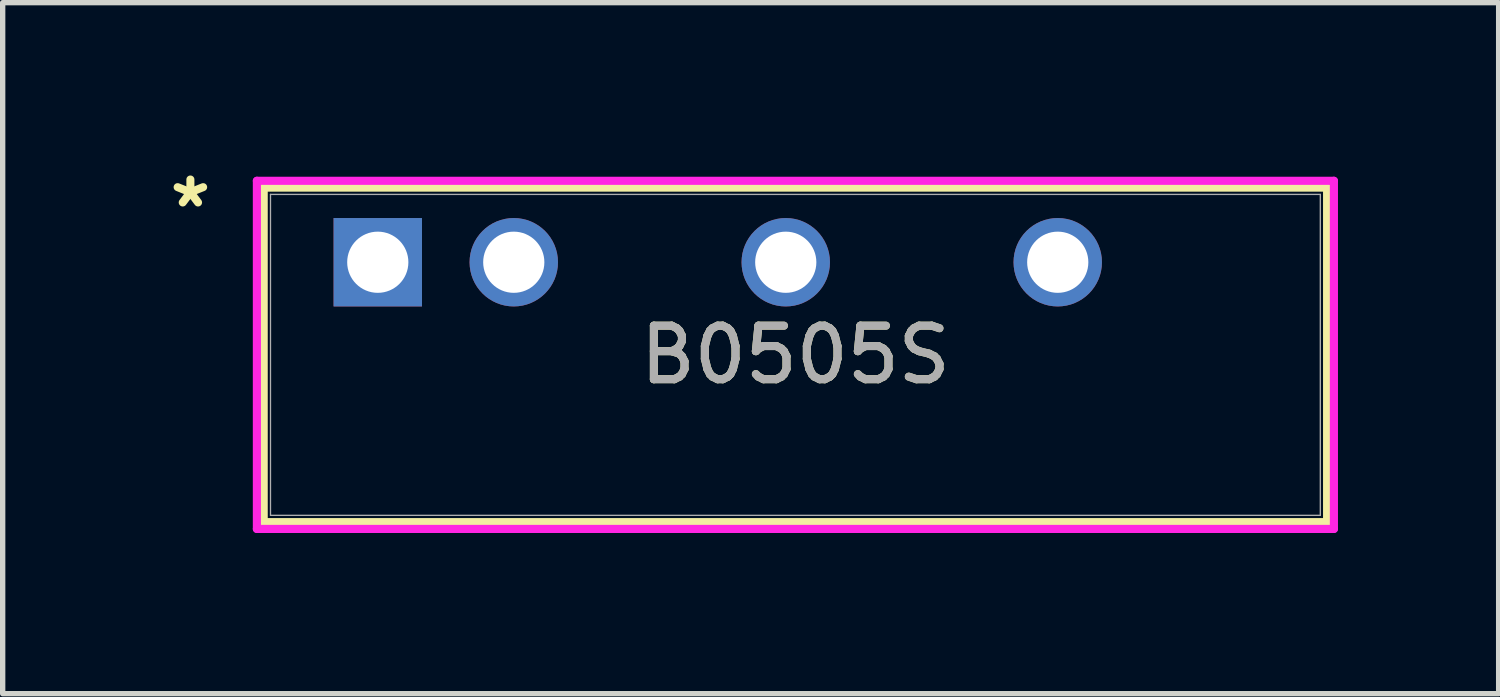
<source format=kicad_pcb>
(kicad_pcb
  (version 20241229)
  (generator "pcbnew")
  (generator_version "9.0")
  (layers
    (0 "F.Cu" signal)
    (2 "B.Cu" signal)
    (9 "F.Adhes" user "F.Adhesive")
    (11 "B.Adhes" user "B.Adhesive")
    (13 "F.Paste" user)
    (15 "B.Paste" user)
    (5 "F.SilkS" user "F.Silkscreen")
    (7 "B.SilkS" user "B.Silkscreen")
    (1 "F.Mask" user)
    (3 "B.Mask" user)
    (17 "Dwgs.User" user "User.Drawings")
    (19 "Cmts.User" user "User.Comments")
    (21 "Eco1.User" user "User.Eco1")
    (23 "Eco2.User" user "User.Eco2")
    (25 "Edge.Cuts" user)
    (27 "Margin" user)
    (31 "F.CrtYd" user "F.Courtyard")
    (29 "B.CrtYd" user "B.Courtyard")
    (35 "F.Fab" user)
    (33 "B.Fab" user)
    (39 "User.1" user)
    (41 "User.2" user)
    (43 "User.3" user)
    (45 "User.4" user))
  (footprint "B0505S"
    (layer "F.Cu")
    (at 4.006 1.848)
    (property "Reference" "B0505S" (at 7.8 1.73 0) (unlocked yes) (layer "F.SilkS") (effects (font (size 1 1) (thickness 0.15))))
    (attr through_hole)
    (fp_line (start -2.131 -1.394) (end -2.131 4.854) (stroke (width 0.152) (type solid)) (layer "F.SilkS"))
    (fp_line (start -2.131 4.854) (end 17.731 4.854) (stroke (width 0.152) (type solid)) (layer "F.SilkS"))
    (fp_line (start 17.731 -1.394) (end -2.131 -1.394) (stroke (width 0.152) (type solid)) (layer "F.SilkS"))
    (fp_line (start 17.731 4.854) (end 17.731 -1.394) (stroke (width 0.152) (type solid)) (layer "F.SilkS"))
    (fp_line (start -2.258 -1.521) (end 17.858 -1.521) (stroke (width 0.152) (type solid)) (layer "F.CrtYd"))
    (fp_line (start -2.258 4.981) (end -2.258 -1.521) (stroke (width 0.152) (type solid)) (layer "F.CrtYd"))
    (fp_line (start 17.858 -1.521) (end 17.858 4.981) (stroke (width 0.152) (type solid)) (layer "F.CrtYd"))
    (fp_line (start 17.858 4.981) (end -2.258 4.981) (stroke (width 0.152) (type solid)) (layer "F.CrtYd"))
    (fp_line (start -2.004 -1.267) (end -2.004 4.727) (stroke (width 0.025) (type solid)) (layer "F.Fab"))
    (fp_line (start -2.004 4.727) (end 17.604 4.727) (stroke (width 0.025) (type solid)) (layer "F.Fab"))
    (fp_line (start 17.604 -1.267) (end -2.004 -1.267) (stroke (width 0.025) (type solid)) (layer "F.Fab"))
    (fp_line (start 17.604 4.727) (end 17.604 -1.267) (stroke (width 0.025) (type solid)) (layer "F.Fab"))
    (fp_text user "*" (at -3.5 -1 0) (layer "F.SilkS") (effects (font (size 1 1) (thickness 0.15))))
    (fp_text user "${REFERENCE}" (at 7.8 1.73 0) (unlocked yes) (layer "F.Fab") (effects (font (size 1 1) (thickness 0.15))))
    (pad "1" thru_hole rect (at 0 0) (size 1.651 1.651) (drill 1.143) (layers "*.Cu" "*.Mask"))
    (pad "2" thru_hole circle (at 2.54 0) (size 1.651 1.651) (drill 1.143) (layers "*.Cu" "*.Mask"))
    (pad "4" thru_hole circle (at 7.62 0) (size 1.651 1.651) (drill 1.143) (layers "*.Cu" "*.Mask"))
    (pad "6" thru_hole circle (at 12.7 0) (size 1.651 1.651) (drill 1.143) (layers "*.Cu" "*.Mask")))
  (gr_rect
    (start -3 -3)
    (end 24.941 9.906)
    (stroke (width 0.1) (type default))
    (fill no)
    (layer "Edge.Cuts")))
</source>
